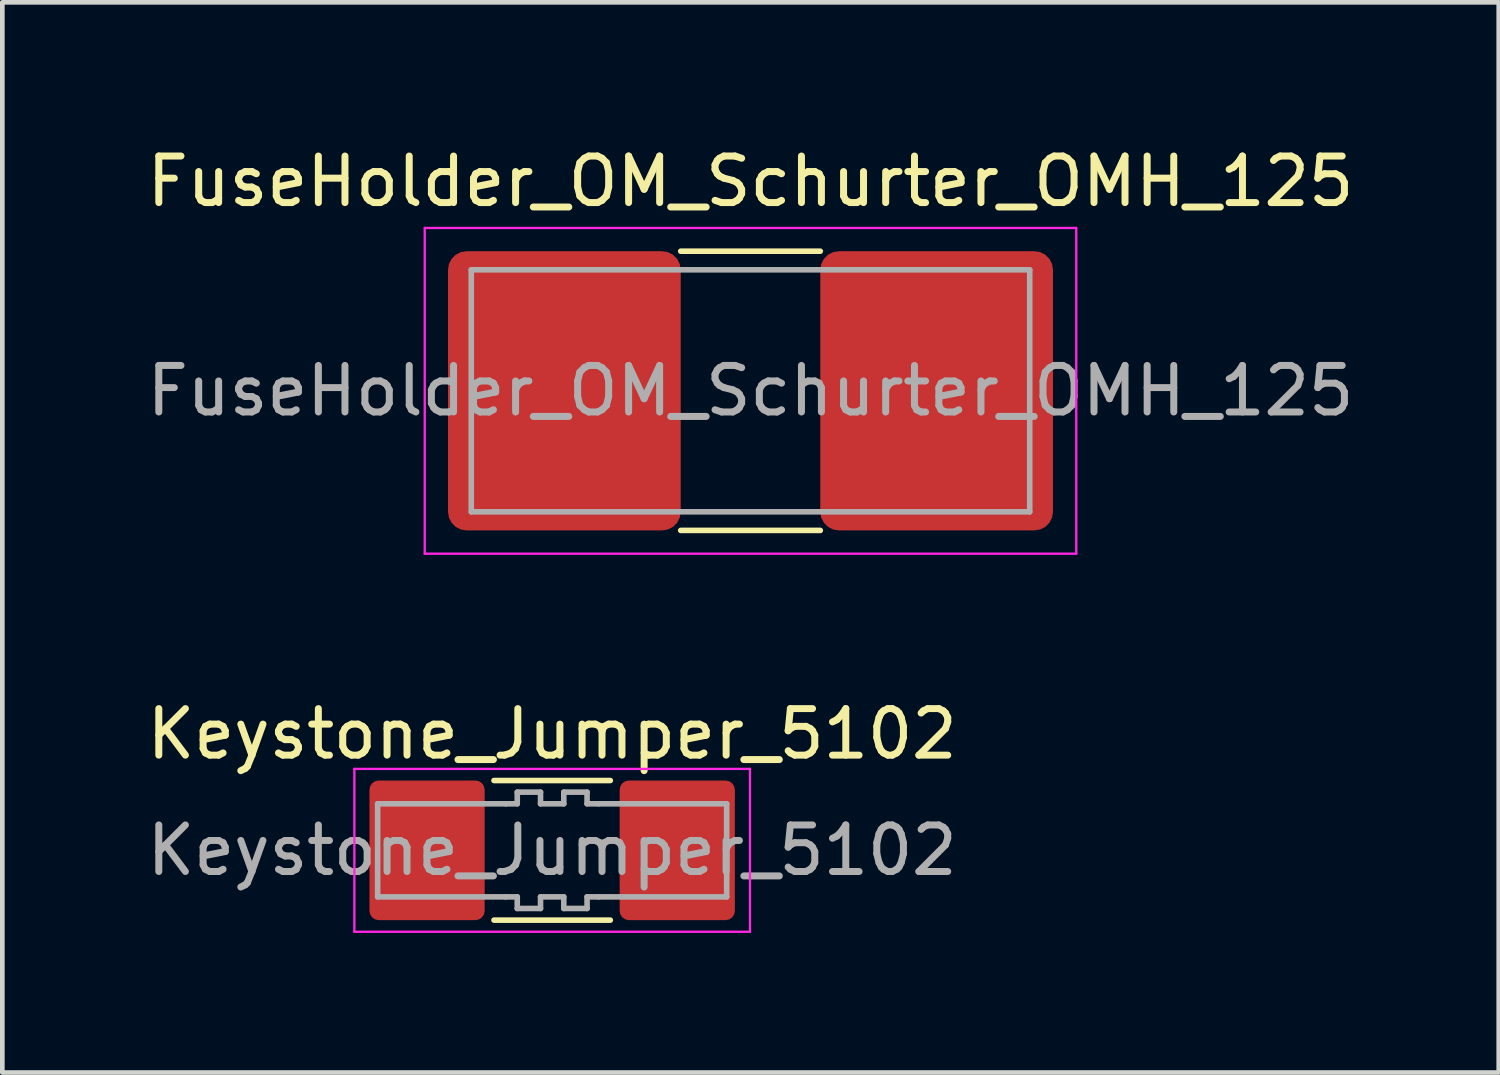
<source format=kicad_pcb>
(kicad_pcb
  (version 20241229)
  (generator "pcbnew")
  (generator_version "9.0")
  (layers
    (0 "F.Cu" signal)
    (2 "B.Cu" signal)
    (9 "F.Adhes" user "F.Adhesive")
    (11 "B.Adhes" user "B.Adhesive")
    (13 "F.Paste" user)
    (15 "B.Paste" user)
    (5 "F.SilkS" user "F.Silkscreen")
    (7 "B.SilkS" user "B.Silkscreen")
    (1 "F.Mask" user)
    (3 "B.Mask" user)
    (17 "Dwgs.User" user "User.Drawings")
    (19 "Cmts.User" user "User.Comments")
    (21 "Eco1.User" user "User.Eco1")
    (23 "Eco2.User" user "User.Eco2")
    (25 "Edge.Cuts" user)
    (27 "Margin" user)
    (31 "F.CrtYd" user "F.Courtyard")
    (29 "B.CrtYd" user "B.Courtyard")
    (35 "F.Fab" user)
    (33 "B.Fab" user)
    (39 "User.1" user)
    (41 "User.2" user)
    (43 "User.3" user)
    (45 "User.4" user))
  (footprint "Keystone_Jumper_5102"
    (layer "F.Cu")
    (at 8.815 15.222)
    (property "Reference" "Keystone_Jumper_5102" (at 0 -2.5 0) (layer "F.SilkS") (effects (font (size 1 1) (thickness 0.15))))
    (attr smd)
    (fp_line (start -1.25 -1.5) (end 1.25 -1.5) (stroke (width 0.12) (type solid)) (layer "F.SilkS"))
    (fp_line (start 1.25 1.5) (end -1.25 1.5) (stroke (width 0.12) (type solid)) (layer "F.SilkS"))
    (fp_line (start -4.25 -1.75) (end -4.25 1.75) (stroke (width 0.05) (type solid)) (layer "F.CrtYd"))
    (fp_line (start -4.25 1.75) (end 4.25 1.75) (stroke (width 0.05) (type solid)) (layer "F.CrtYd"))
    (fp_line (start 4.25 -1.75) (end -4.25 -1.75) (stroke (width 0.05) (type solid)) (layer "F.CrtYd"))
    (fp_line (start 4.25 1.75) (end 4.25 -1.75) (stroke (width 0.05) (type solid)) (layer "F.CrtYd"))
    (fp_line (start -3.75 -1) (end -3.75 1) (stroke (width 0.12) (type solid)) (layer "F.Fab"))
    (fp_line (start -3.75 1) (end -1 1) (stroke (width 0.12) (type solid)) (layer "F.Fab"))
    (fp_line (start -1 -1) (end -3.75 -1) (stroke (width 0.12) (type solid)) (layer "F.Fab"))
    (fp_line (start -1 -1) (end -0.75 -1) (stroke (width 0.12) (type solid)) (layer "F.Fab"))
    (fp_line (start -0.75 -1.25) (end -0.25 -1.25) (stroke (width 0.12) (type solid)) (layer "F.Fab"))
    (fp_line (start -0.75 -1) (end -0.75 -1.25) (stroke (width 0.12) (type solid)) (layer "F.Fab"))
    (fp_line (start -0.75 1) (end -1 1) (stroke (width 0.12) (type solid)) (layer "F.Fab"))
    (fp_line (start -0.75 1.25) (end -0.75 1) (stroke (width 0.12) (type solid)) (layer "F.Fab"))
    (fp_line (start -0.25 -1.25) (end -0.25 -1) (stroke (width 0.12) (type solid)) (layer "F.Fab"))
    (fp_line (start -0.25 -1) (end 0.25 -1) (stroke (width 0.12) (type solid)) (layer "F.Fab"))
    (fp_line (start -0.25 1) (end -0.25 1.25) (stroke (width 0.12) (type solid)) (layer "F.Fab"))
    (fp_line (start -0.25 1.25) (end -0.75 1.25) (stroke (width 0.12) (type solid)) (layer "F.Fab"))
    (fp_line (start 0.25 -1.25) (end 0.75 -1.25) (stroke (width 0.12) (type solid)) (layer "F.Fab"))
    (fp_line (start 0.25 -1) (end 0.25 -1.25) (stroke (width 0.12) (type solid)) (layer "F.Fab"))
    (fp_line (start 0.25 1) (end -0.25 1) (stroke (width 0.12) (type solid)) (layer "F.Fab"))
    (fp_line (start 0.25 1.25) (end 0.25 1) (stroke (width 0.12) (type solid)) (layer "F.Fab"))
    (fp_line (start 0.75 -1.25) (end 0.75 -1) (stroke (width 0.12) (type solid)) (layer "F.Fab"))
    (fp_line (start 0.75 -1) (end 1 -1) (stroke (width 0.12) (type solid)) (layer "F.Fab"))
    (fp_line (start 0.75 1) (end 0.75 1.25) (stroke (width 0.12) (type solid)) (layer "F.Fab"))
    (fp_line (start 0.75 1.25) (end 0.25 1.25) (stroke (width 0.12) (type solid)) (layer "F.Fab"))
    (fp_line (start 1 -1) (end 3.75 -1) (stroke (width 0.12) (type solid)) (layer "F.Fab"))
    (fp_line (start 1 1) (end 0.75 1) (stroke (width 0.12) (type solid)) (layer "F.Fab"))
    (fp_line (start 3.75 -1) (end 3.75 1) (stroke (width 0.12) (type solid)) (layer "F.Fab"))
    (fp_line (start 3.75 1) (end 1 1) (stroke (width 0.12) (type solid)) (layer "F.Fab"))
    (fp_text user "${REFERENCE}" (at 0 0 0) (layer "F.Fab") (effects (font (size 1 1) (thickness 0.15))))
    (pad "1" smd roundrect (at -2.688 0) (size 2.475 3) (layers "F.Cu" "F.Mask" "F.Paste") (roundrect_rratio 0.08))
    (pad "2" smd roundrect (at 2.688 0) (size 2.475 3) (layers "F.Cu" "F.Mask" "F.Paste") (roundrect_rratio 0.08)))
  (footprint "FuseHolder_OM_Schurter_OMH_125"
    (layer "F.Cu")
    (at 13.077 5.348)
    (property "Reference" "FuseHolder_OM_Schurter_OMH_125" (at 0 -4.5 0) (layer "F.SilkS") (effects (font (size 1 1) (thickness 0.15))))
    (attr smd)
    (fp_line (start -1.5 -3) (end 1.5 -3) (stroke (width 0.12) (type solid)) (layer "F.SilkS"))
    (fp_line (start 1.5 3) (end -1.5 3) (stroke (width 0.12) (type solid)) (layer "F.SilkS"))
    (fp_line (start -7 -3.5) (end -7 3.5) (stroke (width 0.05) (type solid)) (layer "F.CrtYd"))
    (fp_line (start -7 3.5) (end 7 3.5) (stroke (width 0.05) (type solid)) (layer "F.CrtYd"))
    (fp_line (start 7 -3.5) (end -7 -3.5) (stroke (width 0.05) (type solid)) (layer "F.CrtYd"))
    (fp_line (start 7 3.5) (end 7 -3.5) (stroke (width 0.05) (type solid)) (layer "F.CrtYd"))
    (fp_line (start -6 -2.6) (end 6 -2.6) (stroke (width 0.12) (type solid)) (layer "F.Fab"))
    (fp_line (start -6 2.6) (end -6 -2.6) (stroke (width 0.12) (type solid)) (layer "F.Fab"))
    (fp_line (start 6 -2.6) (end 6 2.6) (stroke (width 0.12) (type solid)) (layer "F.Fab"))
    (fp_line (start 6 2.6) (end -6 2.6) (stroke (width 0.12) (type solid)) (layer "F.Fab"))
    (fp_text user "${REFERENCE}" (at 0 0 0) (layer "F.Fab") (effects (font (size 1 1) (thickness 0.15))))
    (pad "1" smd roundrect (at -4 0) (size 5 6) (layers "F.Cu" "F.Mask" "F.Paste") (roundrect_rratio 0.08))
    (pad "2" smd roundrect (at 4 0) (size 5 6) (layers "F.Cu" "F.Mask" "F.Paste") (roundrect_rratio 0.08)))
  (gr_rect
    (start -3 -3)
    (end 29.155 19.997)
    (stroke (width 0.1) (type default))
    (fill no)
    (layer "Edge.Cuts")))
</source>
